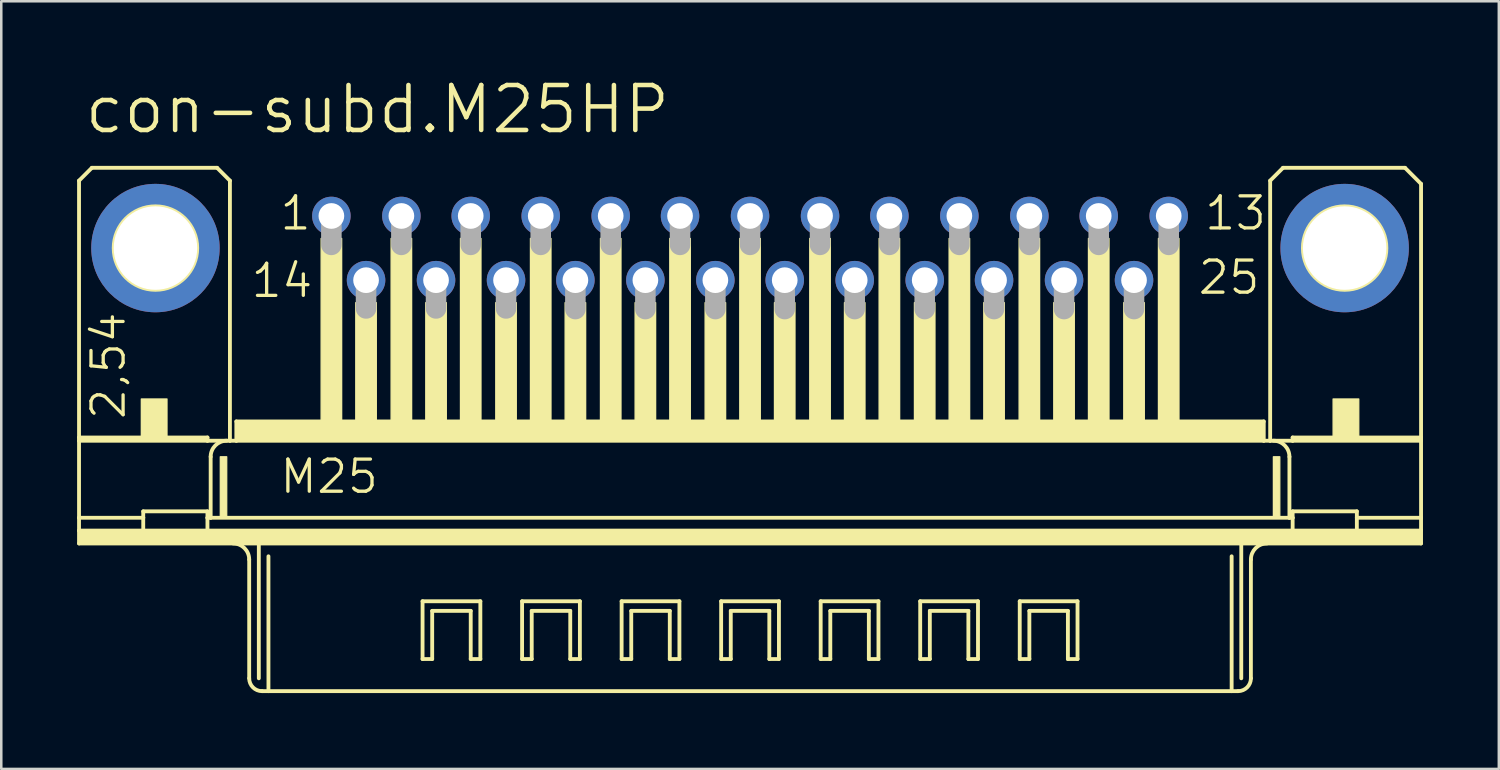
<source format=kicad_pcb>
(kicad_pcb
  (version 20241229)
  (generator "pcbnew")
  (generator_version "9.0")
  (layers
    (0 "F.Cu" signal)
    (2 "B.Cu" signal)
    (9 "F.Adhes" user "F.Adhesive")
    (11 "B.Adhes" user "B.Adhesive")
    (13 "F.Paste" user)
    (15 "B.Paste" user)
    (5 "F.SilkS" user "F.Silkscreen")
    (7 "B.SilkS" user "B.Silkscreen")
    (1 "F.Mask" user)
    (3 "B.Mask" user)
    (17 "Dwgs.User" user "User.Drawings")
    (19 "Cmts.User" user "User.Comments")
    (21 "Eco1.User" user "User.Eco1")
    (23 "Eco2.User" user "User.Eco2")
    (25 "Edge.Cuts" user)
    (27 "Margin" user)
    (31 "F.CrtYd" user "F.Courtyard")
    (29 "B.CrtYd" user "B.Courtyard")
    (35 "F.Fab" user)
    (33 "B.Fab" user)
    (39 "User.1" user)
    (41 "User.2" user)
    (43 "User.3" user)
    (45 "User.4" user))
  (footprint "con-subd.M25HP"
    (layer "F.Cu")
    (at 26.619 6.763)
    (property "Reference" "con-subd.M25HP" (at -26.416 -4.445 0) (layer "F.SilkS") (effects (font (size 1.778 1.778) (thickness 0.18)) (justify left bottom)))
    (attr through_hole)
    (fp_line (start -26.543 -2.667) (end -26.543 7.493) (stroke (width 0.152) (type default)) (layer "F.SilkS"))
    (fp_line (start -26.543 7.62) (end -26.543 7.493) (stroke (width 0.152) (type default)) (layer "F.SilkS"))
    (fp_line (start -26.543 10.668) (end -26.543 7.62) (stroke (width 0.152) (type default)) (layer "F.SilkS"))
    (fp_line (start -26.543 11.176) (end -26.543 10.668) (stroke (width 0.152) (type default)) (layer "F.SilkS"))
    (fp_line (start -26.543 11.684) (end -26.543 11.176) (stroke (width 0.152) (type default)) (layer "F.SilkS"))
    (fp_line (start -26.035 -3.175) (end -26.543 -2.667) (stroke (width 0.152) (type default)) (layer "F.SilkS"))
    (fp_line (start -24.003 10.668) (end -26.543 10.668) (stroke (width 0.152) (type default)) (layer "F.SilkS"))
    (fp_line (start -24.003 10.668) (end -24.003 10.414) (stroke (width 0.152) (type default)) (layer "F.SilkS"))
    (fp_line (start -24.003 10.668) (end -24.003 11.176) (stroke (width 0.152) (type default)) (layer "F.SilkS"))
    (fp_line (start -24.003 11.176) (end -26.543 11.176) (stroke (width 0.152) (type default)) (layer "F.SilkS"))
    (fp_line (start -21.463 7.493) (end -26.543 7.493) (stroke (width 0.152) (type default)) (layer "F.SilkS"))
    (fp_line (start -21.463 7.493) (end -21.463 7.62) (stroke (width 0.152) (type default)) (layer "F.SilkS"))
    (fp_line (start -21.463 7.62) (end -26.543 7.62) (stroke (width 0.152) (type default)) (layer "F.SilkS"))
    (fp_line (start -21.463 10.414) (end -24.003 10.414) (stroke (width 0.152) (type default)) (layer "F.SilkS"))
    (fp_line (start -21.463 10.414) (end -21.463 10.668) (stroke (width 0.152) (type default)) (layer "F.SilkS"))
    (fp_line (start -21.463 10.668) (end -21.463 11.176) (stroke (width 0.152) (type default)) (layer "F.SilkS"))
    (fp_line (start -21.463 11.176) (end -24.003 11.176) (stroke (width 0.152) (type default)) (layer "F.SilkS"))
    (fp_line (start -21.336 8.255) (end -21.336 10.668) (stroke (width 0.152) (type default)) (layer "F.SilkS"))
    (fp_line (start -21.336 10.668) (end -21.463 10.668) (stroke (width 0.152) (type default)) (layer "F.SilkS"))
    (fp_line (start -21.082 -3.175) (end -26.035 -3.175) (stroke (width 0.152) (type default)) (layer "F.SilkS"))
    (fp_line (start -20.574 -2.667) (end -21.082 -3.175) (stroke (width 0.152) (type default)) (layer "F.SilkS"))
    (fp_line (start -20.574 -2.667) (end -20.574 7.62) (stroke (width 0.152) (type default)) (layer "F.SilkS"))
    (fp_line (start -20.574 7.62) (end -21.463 7.62) (stroke (width 0.152) (type default)) (layer "F.SilkS"))
    (fp_line (start -20.32 7.62) (end -20.574 7.62) (stroke (width 0.152) (type default)) (layer "F.SilkS"))
    (fp_line (start -20.32 7.62) (end -20.32 6.858) (stroke (width 0.152) (type default)) (layer "F.SilkS"))
    (fp_line (start -19.812 12.319) (end -19.812 17.018) (stroke (width 0.152) (type default)) (layer "F.SilkS"))
    (fp_line (start -19.431 11.684) (end -26.543 11.684) (stroke (width 0.152) (type default)) (layer "F.SilkS"))
    (fp_line (start -19.431 11.684) (end -19.431 17.018) (stroke (width 0.152) (type default)) (layer "F.SilkS"))
    (fp_line (start -19.05 12.192) (end -19.05 17.526) (stroke (width 0.152) (type default)) (layer "F.SilkS"))
    (fp_line (start -19.05 17.526) (end -19.304 17.526) (stroke (width 0.152) (type default)) (layer "F.SilkS"))
    (fp_line (start -12.954 13.97) (end -10.668 13.97) (stroke (width 0.152) (type default)) (layer "F.SilkS"))
    (fp_line (start -12.954 16.256) (end -12.954 13.97) (stroke (width 0.152) (type default)) (layer "F.SilkS"))
    (fp_line (start -12.573 14.351) (end -12.573 16.256) (stroke (width 0.152) (type default)) (layer "F.SilkS"))
    (fp_line (start -12.573 16.256) (end -12.954 16.256) (stroke (width 0.152) (type default)) (layer "F.SilkS"))
    (fp_line (start -11.049 14.351) (end -12.573 14.351) (stroke (width 0.152) (type default)) (layer "F.SilkS"))
    (fp_line (start -11.049 16.256) (end -11.049 14.351) (stroke (width 0.152) (type default)) (layer "F.SilkS"))
    (fp_line (start -10.668 13.97) (end -10.668 16.256) (stroke (width 0.152) (type default)) (layer "F.SilkS"))
    (fp_line (start -10.668 16.256) (end -11.049 16.256) (stroke (width 0.152) (type default)) (layer "F.SilkS"))
    (fp_line (start -9.017 13.97) (end -6.731 13.97) (stroke (width 0.152) (type default)) (layer "F.SilkS"))
    (fp_line (start -9.017 16.256) (end -9.017 13.97) (stroke (width 0.152) (type default)) (layer "F.SilkS"))
    (fp_line (start -8.636 14.351) (end -8.636 16.256) (stroke (width 0.152) (type default)) (layer "F.SilkS"))
    (fp_line (start -8.636 16.256) (end -9.017 16.256) (stroke (width 0.152) (type default)) (layer "F.SilkS"))
    (fp_line (start -7.112 14.351) (end -8.636 14.351) (stroke (width 0.152) (type default)) (layer "F.SilkS"))
    (fp_line (start -7.112 16.256) (end -7.112 14.351) (stroke (width 0.152) (type default)) (layer "F.SilkS"))
    (fp_line (start -6.731 13.97) (end -6.731 16.256) (stroke (width 0.152) (type default)) (layer "F.SilkS"))
    (fp_line (start -6.731 16.256) (end -7.112 16.256) (stroke (width 0.152) (type default)) (layer "F.SilkS"))
    (fp_line (start -5.08 13.97) (end -2.794 13.97) (stroke (width 0.152) (type default)) (layer "F.SilkS"))
    (fp_line (start -5.08 16.256) (end -5.08 13.97) (stroke (width 0.152) (type default)) (layer "F.SilkS"))
    (fp_line (start -4.699 14.351) (end -4.699 16.256) (stroke (width 0.152) (type default)) (layer "F.SilkS"))
    (fp_line (start -4.699 16.256) (end -5.08 16.256) (stroke (width 0.152) (type default)) (layer "F.SilkS"))
    (fp_line (start -3.175 14.351) (end -4.699 14.351) (stroke (width 0.152) (type default)) (layer "F.SilkS"))
    (fp_line (start -3.175 16.256) (end -3.175 14.351) (stroke (width 0.152) (type default)) (layer "F.SilkS"))
    (fp_line (start -2.794 13.97) (end -2.794 16.256) (stroke (width 0.152) (type default)) (layer "F.SilkS"))
    (fp_line (start -2.794 16.256) (end -3.175 16.256) (stroke (width 0.152) (type default)) (layer "F.SilkS"))
    (fp_line (start -1.143 13.97) (end 1.143 13.97) (stroke (width 0.152) (type default)) (layer "F.SilkS"))
    (fp_line (start -1.143 16.256) (end -1.143 13.97) (stroke (width 0.152) (type default)) (layer "F.SilkS"))
    (fp_line (start -0.762 14.351) (end -0.762 16.256) (stroke (width 0.152) (type default)) (layer "F.SilkS"))
    (fp_line (start -0.762 16.256) (end -1.143 16.256) (stroke (width 0.152) (type default)) (layer "F.SilkS"))
    (fp_line (start 0.762 14.351) (end -0.762 14.351) (stroke (width 0.152) (type default)) (layer "F.SilkS"))
    (fp_line (start 0.762 16.256) (end 0.762 14.351) (stroke (width 0.152) (type default)) (layer "F.SilkS"))
    (fp_line (start 1.143 13.97) (end 1.143 16.256) (stroke (width 0.152) (type default)) (layer "F.SilkS"))
    (fp_line (start 1.143 16.256) (end 0.762 16.256) (stroke (width 0.152) (type default)) (layer "F.SilkS"))
    (fp_line (start 2.794 13.97) (end 5.08 13.97) (stroke (width 0.152) (type default)) (layer "F.SilkS"))
    (fp_line (start 2.794 16.256) (end 2.794 13.97) (stroke (width 0.152) (type default)) (layer "F.SilkS"))
    (fp_line (start 3.175 14.351) (end 3.175 16.256) (stroke (width 0.152) (type default)) (layer "F.SilkS"))
    (fp_line (start 3.175 16.256) (end 2.794 16.256) (stroke (width 0.152) (type default)) (layer "F.SilkS"))
    (fp_line (start 4.699 14.351) (end 3.175 14.351) (stroke (width 0.152) (type default)) (layer "F.SilkS"))
    (fp_line (start 4.699 16.256) (end 4.699 14.351) (stroke (width 0.152) (type default)) (layer "F.SilkS"))
    (fp_line (start 5.08 13.97) (end 5.08 16.256) (stroke (width 0.152) (type default)) (layer "F.SilkS"))
    (fp_line (start 5.08 16.256) (end 4.699 16.256) (stroke (width 0.152) (type default)) (layer "F.SilkS"))
    (fp_line (start 6.731 13.97) (end 9.017 13.97) (stroke (width 0.152) (type default)) (layer "F.SilkS"))
    (fp_line (start 6.731 16.256) (end 6.731 13.97) (stroke (width 0.152) (type default)) (layer "F.SilkS"))
    (fp_line (start 7.112 14.351) (end 7.112 16.256) (stroke (width 0.152) (type default)) (layer "F.SilkS"))
    (fp_line (start 7.112 16.256) (end 6.731 16.256) (stroke (width 0.152) (type default)) (layer "F.SilkS"))
    (fp_line (start 8.636 14.351) (end 7.112 14.351) (stroke (width 0.152) (type default)) (layer "F.SilkS"))
    (fp_line (start 8.636 16.256) (end 8.636 14.351) (stroke (width 0.152) (type default)) (layer "F.SilkS"))
    (fp_line (start 9.017 13.97) (end 9.017 16.256) (stroke (width 0.152) (type default)) (layer "F.SilkS"))
    (fp_line (start 9.017 16.256) (end 8.636 16.256) (stroke (width 0.152) (type default)) (layer "F.SilkS"))
    (fp_line (start 10.668 13.97) (end 12.954 13.97) (stroke (width 0.152) (type default)) (layer "F.SilkS"))
    (fp_line (start 10.668 16.256) (end 10.668 13.97) (stroke (width 0.152) (type default)) (layer "F.SilkS"))
    (fp_line (start 11.049 14.351) (end 11.049 16.256) (stroke (width 0.152) (type default)) (layer "F.SilkS"))
    (fp_line (start 11.049 16.256) (end 10.668 16.256) (stroke (width 0.152) (type default)) (layer "F.SilkS"))
    (fp_line (start 12.573 14.351) (end 11.049 14.351) (stroke (width 0.152) (type default)) (layer "F.SilkS"))
    (fp_line (start 12.573 16.256) (end 12.573 14.351) (stroke (width 0.152) (type default)) (layer "F.SilkS"))
    (fp_line (start 12.954 13.97) (end 12.954 16.256) (stroke (width 0.152) (type default)) (layer "F.SilkS"))
    (fp_line (start 12.954 16.256) (end 12.573 16.256) (stroke (width 0.152) (type default)) (layer "F.SilkS"))
    (fp_line (start 19.05 12.192) (end 19.05 17.526) (stroke (width 0.152) (type default)) (layer "F.SilkS"))
    (fp_line (start 19.05 17.526) (end -19.05 17.526) (stroke (width 0.152) (type default)) (layer "F.SilkS"))
    (fp_line (start 19.304 17.526) (end 19.05 17.526) (stroke (width 0.152) (type default)) (layer "F.SilkS"))
    (fp_line (start 19.431 11.684) (end -19.431 11.684) (stroke (width 0.152) (type default)) (layer "F.SilkS"))
    (fp_line (start 19.431 11.684) (end 19.431 17.018) (stroke (width 0.152) (type default)) (layer "F.SilkS"))
    (fp_line (start 19.812 12.319) (end 19.812 17.018) (stroke (width 0.152) (type default)) (layer "F.SilkS"))
    (fp_line (start 20.32 6.858) (end -20.32 6.858) (stroke (width 0.152) (type default)) (layer "F.SilkS"))
    (fp_line (start 20.32 7.62) (end -20.32 7.62) (stroke (width 0.152) (type default)) (layer "F.SilkS"))
    (fp_line (start 20.32 7.62) (end 20.32 6.858) (stroke (width 0.152) (type default)) (layer "F.SilkS"))
    (fp_line (start 20.574 -2.667) (end 20.574 7.62) (stroke (width 0.152) (type default)) (layer "F.SilkS"))
    (fp_line (start 20.574 7.62) (end 20.32 7.62) (stroke (width 0.152) (type default)) (layer "F.SilkS"))
    (fp_line (start 21.082 -3.175) (end 20.574 -2.667) (stroke (width 0.152) (type default)) (layer "F.SilkS"))
    (fp_line (start 21.082 -3.175) (end 25.908 -3.175) (stroke (width 0.152) (type default)) (layer "F.SilkS"))
    (fp_line (start 21.336 8.255) (end 21.336 10.668) (stroke (width 0.152) (type default)) (layer "F.SilkS"))
    (fp_line (start 21.336 10.668) (end -21.336 10.668) (stroke (width 0.152) (type default)) (layer "F.SilkS"))
    (fp_line (start 21.463 7.493) (end 21.463 7.62) (stroke (width 0.152) (type default)) (layer "F.SilkS"))
    (fp_line (start 21.463 7.62) (end 20.574 7.62) (stroke (width 0.152) (type default)) (layer "F.SilkS"))
    (fp_line (start 21.463 10.414) (end 21.463 10.668) (stroke (width 0.152) (type default)) (layer "F.SilkS"))
    (fp_line (start 21.463 10.668) (end 21.336 10.668) (stroke (width 0.152) (type default)) (layer "F.SilkS"))
    (fp_line (start 21.463 10.668) (end 21.463 11.176) (stroke (width 0.152) (type default)) (layer "F.SilkS"))
    (fp_line (start 21.463 11.176) (end -21.463 11.176) (stroke (width 0.152) (type default)) (layer "F.SilkS"))
    (fp_line (start 24.003 10.414) (end 21.463 10.414) (stroke (width 0.152) (type default)) (layer "F.SilkS"))
    (fp_line (start 24.003 10.668) (end 24.003 10.414) (stroke (width 0.152) (type default)) (layer "F.SilkS"))
    (fp_line (start 24.003 10.668) (end 24.003 11.176) (stroke (width 0.152) (type default)) (layer "F.SilkS"))
    (fp_line (start 24.003 11.176) (end 21.463 11.176) (stroke (width 0.152) (type default)) (layer "F.SilkS"))
    (fp_line (start 25.908 -3.175) (end 26.543 -2.54) (stroke (width 0.152) (type default)) (layer "F.SilkS"))
    (fp_line (start 26.543 -2.54) (end 26.543 7.493) (stroke (width 0.152) (type default)) (layer "F.SilkS"))
    (fp_line (start 26.543 7.493) (end 21.463 7.493) (stroke (width 0.152) (type default)) (layer "F.SilkS"))
    (fp_line (start 26.543 7.62) (end 21.463 7.62) (stroke (width 0.152) (type default)) (layer "F.SilkS"))
    (fp_line (start 26.543 7.62) (end 26.543 7.493) (stroke (width 0.152) (type default)) (layer "F.SilkS"))
    (fp_line (start 26.543 7.62) (end 26.543 10.668) (stroke (width 0.152) (type default)) (layer "F.SilkS"))
    (fp_line (start 26.543 10.668) (end 24.003 10.668) (stroke (width 0.152) (type default)) (layer "F.SilkS"))
    (fp_line (start 26.543 10.668) (end 26.543 11.176) (stroke (width 0.152) (type default)) (layer "F.SilkS"))
    (fp_line (start 26.543 11.176) (end 24.003 11.176) (stroke (width 0.152) (type default)) (layer "F.SilkS"))
    (fp_line (start 26.543 11.176) (end 26.543 11.684) (stroke (width 0.152) (type default)) (layer "F.SilkS"))
    (fp_line (start 26.543 11.684) (end 19.431 11.684) (stroke (width 0.152) (type default)) (layer "F.SilkS"))
    (fp_rect (start -26.543 11.684) (end 26.543 11.176) (stroke (width 0.05) (type default)) (fill yes) (layer "F.SilkS"))
    (fp_rect (start -24.079 7.62) (end -23.063 5.969) (stroke (width 0.05) (type default)) (fill yes) (layer "F.SilkS"))
    (fp_rect (start -20.955 10.668) (end -20.701 8.255) (stroke (width 0.05) (type default)) (fill yes) (layer "F.SilkS"))
    (fp_rect (start -20.32 7.62) (end 20.32 6.858) (stroke (width 0.05) (type default)) (fill yes) (layer "F.SilkS"))
    (fp_rect (start -16.967 6.858) (end -16.154 -0.381) (stroke (width 0.05) (type default)) (fill yes) (layer "F.SilkS"))
    (fp_rect (start -15.596 6.858) (end -14.783 2.159) (stroke (width 0.05) (type default)) (fill yes) (layer "F.SilkS"))
    (fp_rect (start -14.199 6.858) (end -13.386 -0.381) (stroke (width 0.05) (type default)) (fill yes) (layer "F.SilkS"))
    (fp_rect (start -12.827 6.858) (end -12.014 2.159) (stroke (width 0.05) (type default)) (fill yes) (layer "F.SilkS"))
    (fp_rect (start -11.455 6.858) (end -10.643 -0.381) (stroke (width 0.05) (type default)) (fill yes) (layer "F.SilkS"))
    (fp_rect (start -10.058 6.858) (end -9.246 2.159) (stroke (width 0.05) (type default)) (fill yes) (layer "F.SilkS"))
    (fp_rect (start -8.687 6.858) (end -7.874 -0.381) (stroke (width 0.05) (type default)) (fill yes) (layer "F.SilkS"))
    (fp_rect (start -7.315 6.858) (end -6.502 2.159) (stroke (width 0.05) (type default)) (fill yes) (layer "F.SilkS"))
    (fp_rect (start -5.918 6.858) (end -5.105 -0.381) (stroke (width 0.05) (type default)) (fill yes) (layer "F.SilkS"))
    (fp_rect (start -4.547 6.858) (end -3.734 2.159) (stroke (width 0.05) (type default)) (fill yes) (layer "F.SilkS"))
    (fp_rect (start -3.175 6.858) (end -2.362 -0.381) (stroke (width 0.05) (type default)) (fill yes) (layer "F.SilkS"))
    (fp_rect (start -1.778 6.858) (end -0.965 2.159) (stroke (width 0.05) (type default)) (fill yes) (layer "F.SilkS"))
    (fp_rect (start -0.406 6.858) (end 0.406 -0.381) (stroke (width 0.05) (type default)) (fill yes) (layer "F.SilkS"))
    (fp_rect (start 0.965 6.858) (end 1.778 2.159) (stroke (width 0.05) (type default)) (fill yes) (layer "F.SilkS"))
    (fp_rect (start 2.362 6.858) (end 3.175 -0.381) (stroke (width 0.05) (type default)) (fill yes) (layer "F.SilkS"))
    (fp_rect (start 3.734 6.858) (end 4.547 2.159) (stroke (width 0.05) (type default)) (fill yes) (layer "F.SilkS"))
    (fp_rect (start 5.105 6.858) (end 5.918 -0.381) (stroke (width 0.05) (type default)) (fill yes) (layer "F.SilkS"))
    (fp_rect (start 6.502 6.858) (end 7.315 2.159) (stroke (width 0.05) (type default)) (fill yes) (layer "F.SilkS"))
    (fp_rect (start 7.874 6.858) (end 8.687 -0.381) (stroke (width 0.05) (type default)) (fill yes) (layer "F.SilkS"))
    (fp_rect (start 9.246 6.858) (end 10.058 2.159) (stroke (width 0.05) (type default)) (fill yes) (layer "F.SilkS"))
    (fp_rect (start 10.643 6.858) (end 11.455 -0.381) (stroke (width 0.05) (type default)) (fill yes) (layer "F.SilkS"))
    (fp_rect (start 12.014 6.858) (end 12.827 2.159) (stroke (width 0.05) (type default)) (fill yes) (layer "F.SilkS"))
    (fp_rect (start 13.386 6.858) (end 14.199 -0.381) (stroke (width 0.05) (type default)) (fill yes) (layer "F.SilkS"))
    (fp_rect (start 14.783 6.858) (end 15.596 2.159) (stroke (width 0.05) (type default)) (fill yes) (layer "F.SilkS"))
    (fp_rect (start 16.154 6.858) (end 16.967 -0.381) (stroke (width 0.05) (type default)) (fill yes) (layer "F.SilkS"))
    (fp_rect (start 20.701 10.668) (end 20.955 8.255) (stroke (width 0.05) (type default)) (fill yes) (layer "F.SilkS"))
    (fp_rect (start 23.063 7.62) (end 24.079 5.969) (stroke (width 0.05) (type default)) (fill yes) (layer "F.SilkS"))
    (fp_arc (start -21.336 8.255) (mid -21.150013 7.805987) (end -20.701 7.62) (stroke (width 0.1524) (type default)) (layer "F.SilkS"))
    (fp_arc (start -20.447 11.684) (mid -19.997987 11.869987) (end -19.812 12.319) (stroke (width 0.1524) (type default)) (layer "F.SilkS"))
    (fp_arc (start -19.304 17.526) (mid -19.66321 17.37721) (end -19.812 17.018) (stroke (width 0.1524) (type default)) (layer "F.SilkS"))
    (fp_arc (start 19.812 12.319) (mid 19.997987 11.869987) (end 20.447 11.684) (stroke (width 0.1524) (type default)) (layer "F.SilkS"))
    (fp_arc (start 19.812 17.018) (mid 19.66321 17.37721) (end 19.304 17.526) (stroke (width 0.1524) (type default)) (layer "F.SilkS"))
    (fp_arc (start 20.701 7.62) (mid 21.150013 7.805987) (end 21.336 8.255) (stroke (width 0.1524) (type default)) (layer "F.SilkS"))
    (fp_circle (center -23.52 0) (end -21.869 0) (stroke (width 0.152) (type default)) (fill no) (layer "F.SilkS"))
    (fp_circle (center 23.52 0) (end 25.171 0) (stroke (width 0.152) (type default)) (fill no) (layer "F.SilkS"))
    (fp_line (start -16.561 -1.143) (end -16.561 -0.127) (stroke (width 0.813) (type default)) (layer "F.Fab"))
    (fp_line (start -15.189 1.372) (end -15.189 2.388) (stroke (width 0.813) (type default)) (layer "F.Fab"))
    (fp_line (start -13.792 -1.143) (end -13.792 -0.127) (stroke (width 0.813) (type default)) (layer "F.Fab"))
    (fp_line (start -12.421 1.372) (end -12.421 2.388) (stroke (width 0.813) (type default)) (layer "F.Fab"))
    (fp_line (start -11.049 -1.143) (end -11.049 -0.127) (stroke (width 0.813) (type default)) (layer "F.Fab"))
    (fp_line (start -9.652 1.372) (end -9.652 2.388) (stroke (width 0.813) (type default)) (layer "F.Fab"))
    (fp_line (start -8.28 -1.143) (end -8.28 -0.127) (stroke (width 0.813) (type default)) (layer "F.Fab"))
    (fp_line (start -6.909 1.397) (end -6.909 2.413) (stroke (width 0.813) (type default)) (layer "F.Fab"))
    (fp_line (start -5.512 -1.143) (end -5.512 -0.127) (stroke (width 0.813) (type default)) (layer "F.Fab"))
    (fp_line (start -4.14 1.397) (end -4.14 2.413) (stroke (width 0.813) (type default)) (layer "F.Fab"))
    (fp_line (start -2.769 -1.143) (end -2.769 -0.127) (stroke (width 0.813) (type default)) (layer "F.Fab"))
    (fp_line (start -1.372 1.397) (end -1.372 2.413) (stroke (width 0.813) (type default)) (layer "F.Fab"))
    (fp_line (start 0 -1.143) (end 0 -0.127) (stroke (width 0.813) (type default)) (layer "F.Fab"))
    (fp_line (start 1.372 1.397) (end 1.372 2.413) (stroke (width 0.813) (type default)) (layer "F.Fab"))
    (fp_line (start 2.769 -1.143) (end 2.769 -0.127) (stroke (width 0.813) (type default)) (layer "F.Fab"))
    (fp_line (start 4.14 1.397) (end 4.14 2.413) (stroke (width 0.813) (type default)) (layer "F.Fab"))
    (fp_line (start 5.512 -1.143) (end 5.512 -0.127) (stroke (width 0.813) (type default)) (layer "F.Fab"))
    (fp_line (start 6.909 1.397) (end 6.909 2.413) (stroke (width 0.813) (type default)) (layer "F.Fab"))
    (fp_line (start 8.28 -1.143) (end 8.28 -0.127) (stroke (width 0.813) (type default)) (layer "F.Fab"))
    (fp_line (start 9.652 1.397) (end 9.652 2.413) (stroke (width 0.813) (type default)) (layer "F.Fab"))
    (fp_line (start 11.049 -1.143) (end 11.049 -0.127) (stroke (width 0.813) (type default)) (layer "F.Fab"))
    (fp_line (start 12.421 1.397) (end 12.421 2.413) (stroke (width 0.813) (type default)) (layer "F.Fab"))
    (fp_line (start 13.792 -1.143) (end 13.792 -0.127) (stroke (width 0.813) (type default)) (layer "F.Fab"))
    (fp_line (start 15.189 1.397) (end 15.189 2.413) (stroke (width 0.813) (type default)) (layer "F.Fab"))
    (fp_line (start 16.561 -1.143) (end 16.561 -0.127) (stroke (width 0.813) (type default)) (layer "F.Fab"))
    (fp_text user "25" (at 17.653 1.905 0) (layer "F.SilkS") (effects (font (size 1.27 1.27) (thickness 0.13)) (justify left bottom)))
    (fp_text user "1" (at -18.669 -0.635 0) (layer "F.SilkS") (effects (font (size 1.27 1.27) (thickness 0.13)) (justify left bottom)))
    (fp_text user "14" (at -19.812 2.032 0) (layer "F.SilkS") (effects (font (size 1.27 1.27) (thickness 0.13)) (justify left bottom)))
    (fp_text user "13" (at 17.907 -0.635 0) (layer "F.SilkS") (effects (font (size 1.27 1.27) (thickness 0.13)) (justify left bottom)))
    (fp_text user "M25" (at -18.669 9.779 0) (layer "F.SilkS") (effects (font (size 1.27 1.27) (thickness 0.13)) (justify left bottom)))
    (fp_text user "2,54" (at -24.638 6.858 90) (layer "F.SilkS") (effects (font (size 1.27 1.27) (thickness 0.13)) (justify left bottom)))
    (pad "1" thru_hole circle (at -16.561 -1.27) (size 1.524 1.524) (drill 1.016) (layers "*.Cu" "*.Mask"))
    (pad "2" thru_hole circle (at -13.792 -1.27) (size 1.524 1.524) (drill 1.016) (layers "*.Cu" "*.Mask"))
    (pad "3" thru_hole circle (at -11.049 -1.27) (size 1.524 1.524) (drill 1.016) (layers "*.Cu" "*.Mask"))
    (pad "4" thru_hole circle (at -8.28 -1.27) (size 1.524 1.524) (drill 1.016) (layers "*.Cu" "*.Mask"))
    (pad "5" thru_hole circle (at -5.512 -1.27) (size 1.524 1.524) (drill 1.016) (layers "*.Cu" "*.Mask"))
    (pad "6" thru_hole circle (at -2.769 -1.27) (size 1.524 1.524) (drill 1.016) (layers "*.Cu" "*.Mask"))
    (pad "7" thru_hole circle (at 0 -1.27) (size 1.524 1.524) (drill 1.016) (layers "*.Cu" "*.Mask"))
    (pad "8" thru_hole circle (at 2.769 -1.27) (size 1.524 1.524) (drill 1.016) (layers "*.Cu" "*.Mask"))
    (pad "9" thru_hole circle (at 5.512 -1.27) (size 1.524 1.524) (drill 1.016) (layers "*.Cu" "*.Mask"))
    (pad "10" thru_hole circle (at 8.28 -1.27) (size 1.524 1.524) (drill 1.016) (layers "*.Cu" "*.Mask"))
    (pad "11" thru_hole circle (at 11.049 -1.27) (size 1.524 1.524) (drill 1.016) (layers "*.Cu" "*.Mask"))
    (pad "12" thru_hole circle (at 13.792 -1.27) (size 1.524 1.524) (drill 1.016) (layers "*.Cu" "*.Mask"))
    (pad "13" thru_hole circle (at 16.561 -1.27) (size 1.524 1.524) (drill 1.016) (layers "*.Cu" "*.Mask"))
    (pad "14" thru_hole circle (at -15.189 1.27) (size 1.524 1.524) (drill 1.016) (layers "*.Cu" "*.Mask"))
    (pad "15" thru_hole circle (at -12.421 1.27) (size 1.524 1.524) (drill 1.016) (layers "*.Cu" "*.Mask"))
    (pad "16" thru_hole circle (at -9.652 1.27) (size 1.524 1.524) (drill 1.016) (layers "*.Cu" "*.Mask"))
    (pad "17" thru_hole circle (at -6.909 1.27) (size 1.524 1.524) (drill 1.016) (layers "*.Cu" "*.Mask"))
    (pad "18" thru_hole circle (at -4.14 1.27) (size 1.524 1.524) (drill 1.016) (layers "*.Cu" "*.Mask"))
    (pad "19" thru_hole circle (at -1.372 1.27) (size 1.524 1.524) (drill 1.016) (layers "*.Cu" "*.Mask"))
    (pad "20" thru_hole circle (at 1.372 1.27) (size 1.524 1.524) (drill 1.016) (layers "*.Cu" "*.Mask"))
    (pad "21" thru_hole circle (at 4.14 1.27) (size 1.524 1.524) (drill 1.016) (layers "*.Cu" "*.Mask"))
    (pad "22" thru_hole circle (at 6.909 1.27) (size 1.524 1.524) (drill 1.016) (layers "*.Cu" "*.Mask"))
    (pad "23" thru_hole circle (at 9.652 1.27) (size 1.524 1.524) (drill 1.016) (layers "*.Cu" "*.Mask"))
    (pad "24" thru_hole circle (at 12.421 1.27) (size 1.524 1.524) (drill 1.016) (layers "*.Cu" "*.Mask"))
    (pad "25" thru_hole circle (at 15.189 1.27) (size 1.524 1.524) (drill 1.016) (layers "*.Cu" "*.Mask"))
    (pad "G1" thru_hole circle (at -23.52 0) (size 5.08 5.08) (drill 3.302) (layers "*.Cu" "*.Mask"))
    (pad "G2" thru_hole circle (at 23.52 0) (size 5.08 5.08) (drill 3.302) (layers "*.Cu" "*.Mask")))
  (gr_rect
    (start -3 -3)
    (end 56.238 27.365)
    (stroke (width 0.1) (type default))
    (fill no)
    (layer "Edge.Cuts")))
</source>
